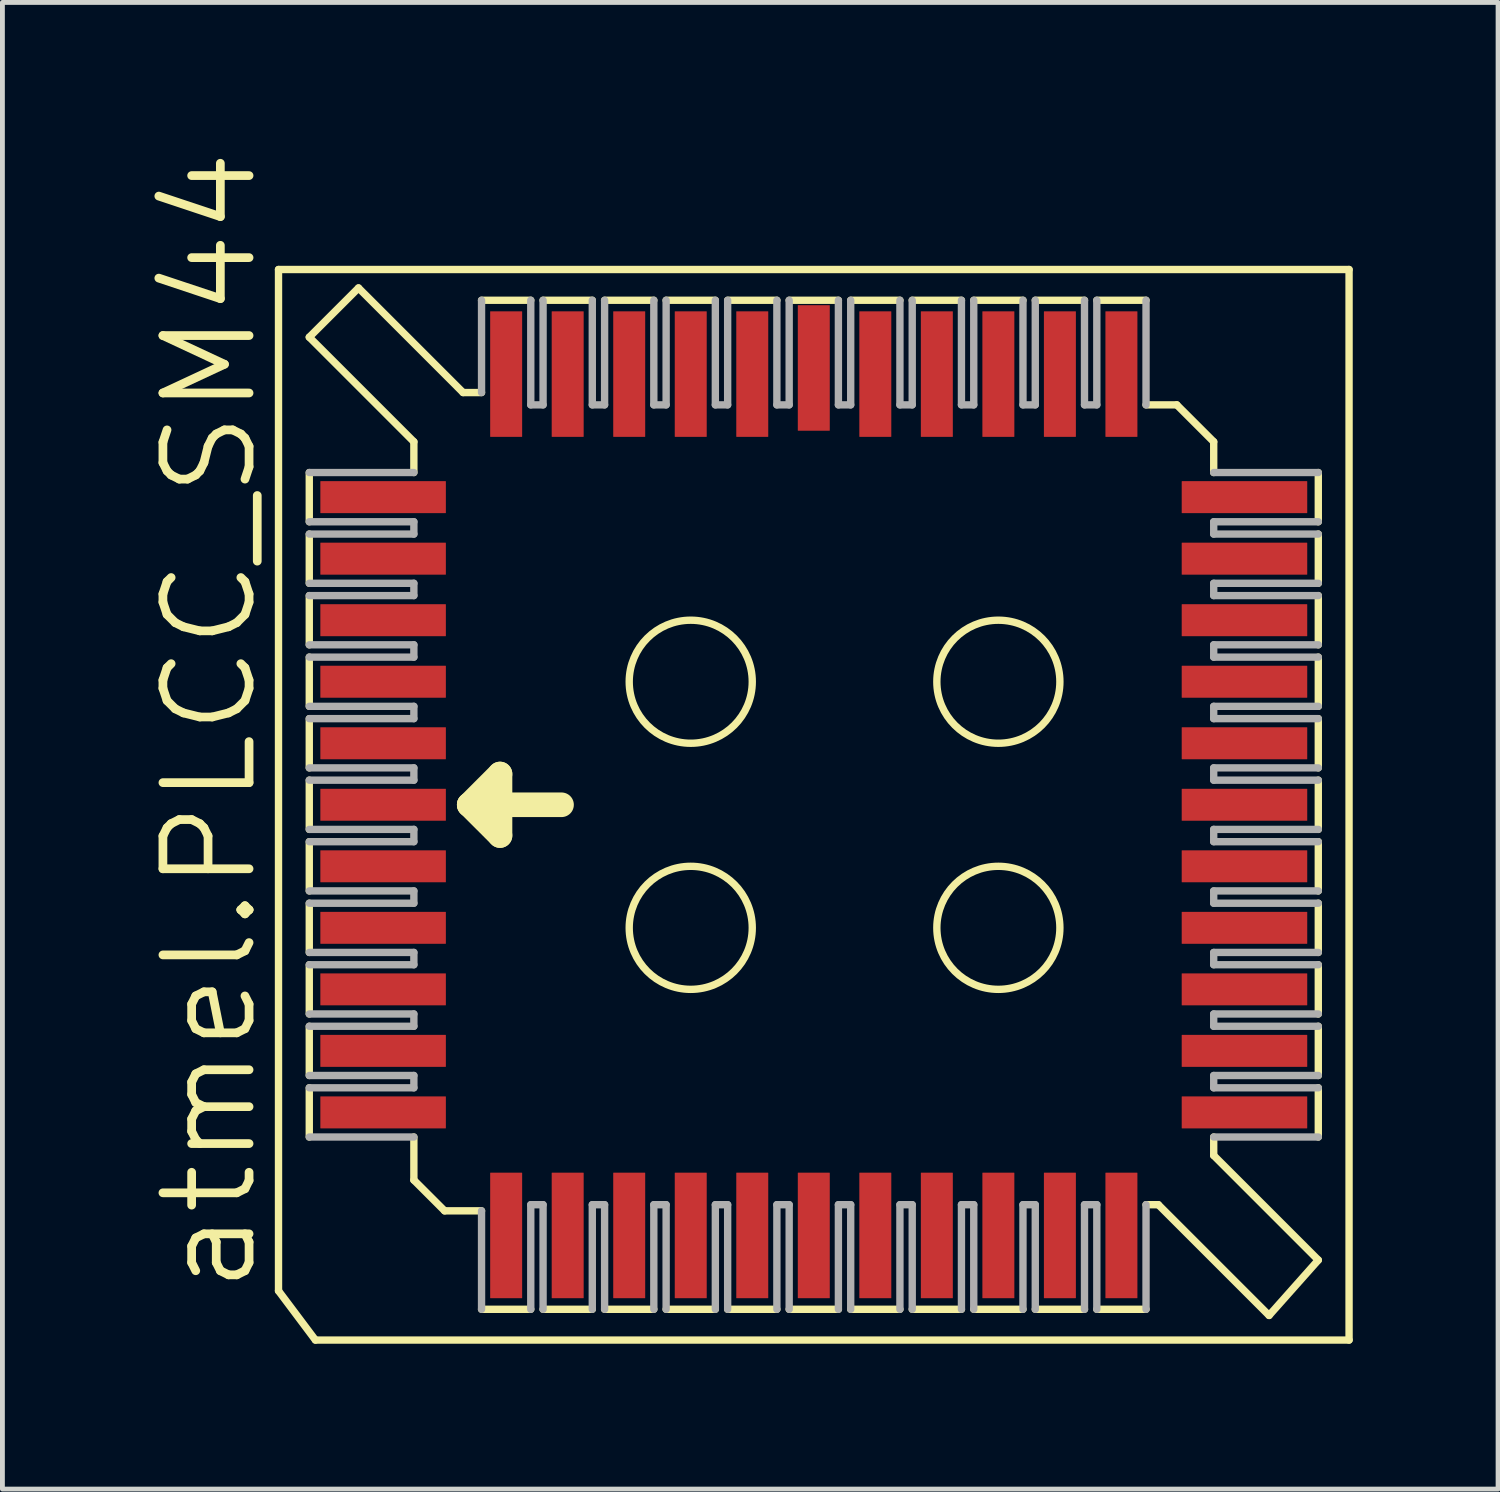
<source format=kicad_pcb>
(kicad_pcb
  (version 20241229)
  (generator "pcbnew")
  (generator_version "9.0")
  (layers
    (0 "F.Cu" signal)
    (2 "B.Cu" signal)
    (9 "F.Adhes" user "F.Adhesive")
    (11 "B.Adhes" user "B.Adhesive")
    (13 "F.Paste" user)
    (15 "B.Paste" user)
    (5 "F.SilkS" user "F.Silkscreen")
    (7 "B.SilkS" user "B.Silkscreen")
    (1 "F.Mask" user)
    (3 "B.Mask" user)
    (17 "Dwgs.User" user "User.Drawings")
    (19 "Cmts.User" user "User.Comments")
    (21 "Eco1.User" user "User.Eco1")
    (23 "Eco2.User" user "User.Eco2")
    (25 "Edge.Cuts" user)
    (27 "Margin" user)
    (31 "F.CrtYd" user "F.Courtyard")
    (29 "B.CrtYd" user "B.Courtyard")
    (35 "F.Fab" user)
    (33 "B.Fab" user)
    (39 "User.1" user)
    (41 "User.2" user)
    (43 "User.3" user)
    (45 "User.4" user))
  (footprint "atmel.PLCC_SM44"
    (layer "F.Cu")
    (at 13.748 13.562)
    (property "Reference" "atmel.PLCC_SM44" (at -11.43 10.16 90) (layer "F.SilkS") (effects (font (size 1.778 1.778) (thickness 0.18)) (justify left bottom)))
    (attr smd)
    (fp_line (start -11.049 -11.049) (end -11.049 10.033) (stroke (width 0.152) (type default)) (layer "F.SilkS"))
    (fp_line (start -11.049 10.033) (end -10.287 11.049) (stroke (width 0.152) (type default)) (layer "F.SilkS"))
    (fp_line (start -10.414 -9.652) (end -8.255 -7.493) (stroke (width 0.152) (type default)) (layer "F.SilkS"))
    (fp_line (start -10.414 -5.842) (end -10.414 -6.858) (stroke (width 0.152) (type default)) (layer "F.SilkS"))
    (fp_line (start -10.414 -4.572) (end -10.414 -5.588) (stroke (width 0.152) (type default)) (layer "F.SilkS"))
    (fp_line (start -10.414 -4.318) (end -10.414 -3.302) (stroke (width 0.152) (type default)) (layer "F.SilkS"))
    (fp_line (start -10.414 -3.048) (end -10.414 -2.032) (stroke (width 0.152) (type default)) (layer "F.SilkS"))
    (fp_line (start -10.414 -1.778) (end -10.414 -0.762) (stroke (width 0.152) (type default)) (layer "F.SilkS"))
    (fp_line (start -10.414 -0.508) (end -10.414 0.508) (stroke (width 0.152) (type default)) (layer "F.SilkS"))
    (fp_line (start -10.414 0.762) (end -10.414 1.778) (stroke (width 0.152) (type default)) (layer "F.SilkS"))
    (fp_line (start -10.414 2.032) (end -10.414 3.048) (stroke (width 0.152) (type default)) (layer "F.SilkS"))
    (fp_line (start -10.414 3.302) (end -10.414 4.318) (stroke (width 0.152) (type default)) (layer "F.SilkS"))
    (fp_line (start -10.414 4.572) (end -10.414 5.588) (stroke (width 0.152) (type default)) (layer "F.SilkS"))
    (fp_line (start -10.414 5.842) (end -10.414 6.858) (stroke (width 0.152) (type default)) (layer "F.SilkS"))
    (fp_line (start -10.287 11.049) (end 11.049 11.049) (stroke (width 0.152) (type default)) (layer "F.SilkS"))
    (fp_line (start -9.398 -10.668) (end -10.414 -9.652) (stroke (width 0.152) (type default)) (layer "F.SilkS"))
    (fp_line (start -9.398 -10.668) (end -7.239 -8.509) (stroke (width 0.152) (type default)) (layer "F.SilkS"))
    (fp_line (start -8.255 -6.858) (end -8.255 -7.493) (stroke (width 0.152) (type default)) (layer "F.SilkS"))
    (fp_line (start -8.255 6.858) (end -8.255 7.747) (stroke (width 0.152) (type default)) (layer "F.SilkS"))
    (fp_line (start -8.255 7.747) (end -7.62 8.382) (stroke (width 0.152) (type default)) (layer "F.SilkS"))
    (fp_line (start -7.239 -8.509) (end -6.858 -8.509) (stroke (width 0.152) (type default)) (layer "F.SilkS"))
    (fp_line (start -7.112 0) (end -6.477 -0.635) (stroke (width 0.508) (type default)) (layer "F.SilkS"))
    (fp_line (start -7.112 0) (end -5.207 0) (stroke (width 0.508) (type default)) (layer "F.SilkS"))
    (fp_line (start -6.858 -10.414) (end -5.842 -10.414) (stroke (width 0.152) (type default)) (layer "F.SilkS"))
    (fp_line (start -6.858 8.382) (end -7.62 8.382) (stroke (width 0.152) (type default)) (layer "F.SilkS"))
    (fp_line (start -6.477 -0.635) (end -6.477 0.635) (stroke (width 0.508) (type default)) (layer "F.SilkS"))
    (fp_line (start -6.477 0.635) (end -7.112 0) (stroke (width 0.508) (type default)) (layer "F.SilkS"))
    (fp_line (start -5.842 10.414) (end -6.858 10.414) (stroke (width 0.152) (type default)) (layer "F.SilkS"))
    (fp_line (start -5.588 -10.414) (end -4.572 -10.414) (stroke (width 0.152) (type default)) (layer "F.SilkS"))
    (fp_line (start -4.572 10.414) (end -5.588 10.414) (stroke (width 0.152) (type default)) (layer "F.SilkS"))
    (fp_line (start -4.318 -10.414) (end -3.302 -10.414) (stroke (width 0.152) (type default)) (layer "F.SilkS"))
    (fp_line (start -3.302 10.414) (end -4.318 10.414) (stroke (width 0.152) (type default)) (layer "F.SilkS"))
    (fp_line (start -3.048 -10.414) (end -2.032 -10.414) (stroke (width 0.152) (type default)) (layer "F.SilkS"))
    (fp_line (start -2.032 10.414) (end -3.048 10.414) (stroke (width 0.152) (type default)) (layer "F.SilkS"))
    (fp_line (start -1.778 -10.414) (end -0.762 -10.414) (stroke (width 0.152) (type default)) (layer "F.SilkS"))
    (fp_line (start -0.762 10.414) (end -1.778 10.414) (stroke (width 0.152) (type default)) (layer "F.SilkS"))
    (fp_line (start -0.508 -10.414) (end 0.508 -10.414) (stroke (width 0.152) (type default)) (layer "F.SilkS"))
    (fp_line (start 0.508 10.414) (end -0.508 10.414) (stroke (width 0.152) (type default)) (layer "F.SilkS"))
    (fp_line (start 0.762 -10.414) (end 1.778 -10.414) (stroke (width 0.152) (type default)) (layer "F.SilkS"))
    (fp_line (start 1.778 10.414) (end 0.762 10.414) (stroke (width 0.152) (type default)) (layer "F.SilkS"))
    (fp_line (start 2.032 -10.414) (end 3.048 -10.414) (stroke (width 0.152) (type default)) (layer "F.SilkS"))
    (fp_line (start 3.048 10.414) (end 2.032 10.414) (stroke (width 0.152) (type default)) (layer "F.SilkS"))
    (fp_line (start 3.302 -10.414) (end 4.318 -10.414) (stroke (width 0.152) (type default)) (layer "F.SilkS"))
    (fp_line (start 4.318 10.414) (end 3.302 10.414) (stroke (width 0.152) (type default)) (layer "F.SilkS"))
    (fp_line (start 4.572 -10.414) (end 5.588 -10.414) (stroke (width 0.152) (type default)) (layer "F.SilkS"))
    (fp_line (start 4.572 10.414) (end 5.588 10.414) (stroke (width 0.152) (type default)) (layer "F.SilkS"))
    (fp_line (start 5.842 -10.414) (end 6.858 -10.414) (stroke (width 0.152) (type default)) (layer "F.SilkS"))
    (fp_line (start 5.842 10.414) (end 6.858 10.414) (stroke (width 0.152) (type default)) (layer "F.SilkS"))
    (fp_line (start 6.858 -8.255) (end 7.493 -8.255) (stroke (width 0.152) (type default)) (layer "F.SilkS"))
    (fp_line (start 6.858 8.255) (end 7.112 8.255) (stroke (width 0.152) (type default)) (layer "F.SilkS"))
    (fp_line (start 7.493 -8.255) (end 8.255 -7.493) (stroke (width 0.152) (type default)) (layer "F.SilkS"))
    (fp_line (start 8.255 -6.858) (end 8.255 -7.493) (stroke (width 0.152) (type default)) (layer "F.SilkS"))
    (fp_line (start 8.255 6.858) (end 8.255 7.239) (stroke (width 0.152) (type default)) (layer "F.SilkS"))
    (fp_line (start 9.398 10.541) (end 7.112 8.255) (stroke (width 0.152) (type default)) (layer "F.SilkS"))
    (fp_line (start 10.414 -6.858) (end 10.414 -5.842) (stroke (width 0.152) (type default)) (layer "F.SilkS"))
    (fp_line (start 10.414 -5.588) (end 10.414 -4.572) (stroke (width 0.152) (type default)) (layer "F.SilkS"))
    (fp_line (start 10.414 -3.302) (end 10.414 -4.318) (stroke (width 0.152) (type default)) (layer "F.SilkS"))
    (fp_line (start 10.414 -2.032) (end 10.414 -3.048) (stroke (width 0.152) (type default)) (layer "F.SilkS"))
    (fp_line (start 10.414 -0.762) (end 10.414 -1.778) (stroke (width 0.152) (type default)) (layer "F.SilkS"))
    (fp_line (start 10.414 0.508) (end 10.414 -0.508) (stroke (width 0.152) (type default)) (layer "F.SilkS"))
    (fp_line (start 10.414 1.778) (end 10.414 0.762) (stroke (width 0.152) (type default)) (layer "F.SilkS"))
    (fp_line (start 10.414 3.048) (end 10.414 2.032) (stroke (width 0.152) (type default)) (layer "F.SilkS"))
    (fp_line (start 10.414 4.318) (end 10.414 3.302) (stroke (width 0.152) (type default)) (layer "F.SilkS"))
    (fp_line (start 10.414 4.572) (end 10.414 5.588) (stroke (width 0.152) (type default)) (layer "F.SilkS"))
    (fp_line (start 10.414 5.842) (end 10.414 6.858) (stroke (width 0.152) (type default)) (layer "F.SilkS"))
    (fp_line (start 10.414 9.398) (end 8.255 7.239) (stroke (width 0.152) (type default)) (layer "F.SilkS"))
    (fp_line (start 10.414 9.398) (end 9.398 10.541) (stroke (width 0.152) (type default)) (layer "F.SilkS"))
    (fp_line (start 11.049 -11.049) (end -11.049 -11.049) (stroke (width 0.152) (type default)) (layer "F.SilkS"))
    (fp_line (start 11.049 -11.049) (end 11.049 11.049) (stroke (width 0.152) (type default)) (layer "F.SilkS"))
    (fp_circle (center -2.54 -2.54) (end -1.27 -2.54) (stroke (width 0.152) (type default)) (fill no) (layer "F.SilkS"))
    (fp_circle (center -2.54 2.54) (end -1.27 2.54) (stroke (width 0.152) (type default)) (fill no) (layer "F.SilkS"))
    (fp_circle (center 3.81 -2.54) (end 5.08 -2.54) (stroke (width 0.152) (type default)) (fill no) (layer "F.SilkS"))
    (fp_circle (center 3.81 2.54) (end 5.08 2.54) (stroke (width 0.152) (type default)) (fill no) (layer "F.SilkS"))
    (fp_line (start -10.414 -6.858) (end -8.255 -6.858) (stroke (width 0.152) (type default)) (layer "F.Fab"))
    (fp_line (start -10.414 -5.842) (end -8.255 -5.842) (stroke (width 0.152) (type default)) (layer "F.Fab"))
    (fp_line (start -10.414 -5.588) (end -8.255 -5.588) (stroke (width 0.152) (type default)) (layer "F.Fab"))
    (fp_line (start -10.414 -4.572) (end -8.255 -4.572) (stroke (width 0.152) (type default)) (layer "F.Fab"))
    (fp_line (start -10.414 -4.318) (end -8.255 -4.318) (stroke (width 0.152) (type default)) (layer "F.Fab"))
    (fp_line (start -10.414 -3.048) (end -8.255 -3.048) (stroke (width 0.152) (type default)) (layer "F.Fab"))
    (fp_line (start -10.414 -1.778) (end -8.255 -1.778) (stroke (width 0.152) (type default)) (layer "F.Fab"))
    (fp_line (start -10.414 -0.508) (end -8.255 -0.508) (stroke (width 0.152) (type default)) (layer "F.Fab"))
    (fp_line (start -10.414 0.762) (end -8.255 0.762) (stroke (width 0.152) (type default)) (layer "F.Fab"))
    (fp_line (start -10.414 2.032) (end -8.255 2.032) (stroke (width 0.152) (type default)) (layer "F.Fab"))
    (fp_line (start -10.414 3.302) (end -8.255 3.302) (stroke (width 0.152) (type default)) (layer "F.Fab"))
    (fp_line (start -10.414 4.572) (end -8.255 4.572) (stroke (width 0.152) (type default)) (layer "F.Fab"))
    (fp_line (start -10.414 6.858) (end -8.255 6.858) (stroke (width 0.152) (type default)) (layer "F.Fab"))
    (fp_line (start -8.255 -5.588) (end -8.255 -5.842) (stroke (width 0.152) (type default)) (layer "F.Fab"))
    (fp_line (start -8.255 -4.318) (end -8.255 -4.572) (stroke (width 0.152) (type default)) (layer "F.Fab"))
    (fp_line (start -8.255 -3.302) (end -10.414 -3.302) (stroke (width 0.152) (type default)) (layer "F.Fab"))
    (fp_line (start -8.255 -3.302) (end -8.255 -3.048) (stroke (width 0.152) (type default)) (layer "F.Fab"))
    (fp_line (start -8.255 -2.032) (end -10.414 -2.032) (stroke (width 0.152) (type default)) (layer "F.Fab"))
    (fp_line (start -8.255 -2.032) (end -8.255 -1.778) (stroke (width 0.152) (type default)) (layer "F.Fab"))
    (fp_line (start -8.255 -0.762) (end -10.414 -0.762) (stroke (width 0.152) (type default)) (layer "F.Fab"))
    (fp_line (start -8.255 -0.762) (end -8.255 -0.508) (stroke (width 0.152) (type default)) (layer "F.Fab"))
    (fp_line (start -8.255 0.508) (end -10.414 0.508) (stroke (width 0.152) (type default)) (layer "F.Fab"))
    (fp_line (start -8.255 0.508) (end -8.255 0.762) (stroke (width 0.152) (type default)) (layer "F.Fab"))
    (fp_line (start -8.255 1.778) (end -10.414 1.778) (stroke (width 0.152) (type default)) (layer "F.Fab"))
    (fp_line (start -8.255 1.778) (end -8.255 2.032) (stroke (width 0.152) (type default)) (layer "F.Fab"))
    (fp_line (start -8.255 3.048) (end -10.414 3.048) (stroke (width 0.152) (type default)) (layer "F.Fab"))
    (fp_line (start -8.255 3.048) (end -8.255 3.302) (stroke (width 0.152) (type default)) (layer "F.Fab"))
    (fp_line (start -8.255 4.318) (end -10.414 4.318) (stroke (width 0.152) (type default)) (layer "F.Fab"))
    (fp_line (start -8.255 4.318) (end -8.255 4.572) (stroke (width 0.152) (type default)) (layer "F.Fab"))
    (fp_line (start -8.255 5.588) (end -10.414 5.588) (stroke (width 0.152) (type default)) (layer "F.Fab"))
    (fp_line (start -8.255 5.588) (end -8.255 5.842) (stroke (width 0.152) (type default)) (layer "F.Fab"))
    (fp_line (start -8.255 5.842) (end -10.414 5.842) (stroke (width 0.152) (type default)) (layer "F.Fab"))
    (fp_line (start -6.858 -8.509) (end -6.858 -10.414) (stroke (width 0.152) (type default)) (layer "F.Fab"))
    (fp_line (start -6.858 8.382) (end -6.858 10.414) (stroke (width 0.152) (type default)) (layer "F.Fab"))
    (fp_line (start -5.842 -8.255) (end -5.842 -10.414) (stroke (width 0.152) (type default)) (layer "F.Fab"))
    (fp_line (start -5.842 -8.255) (end -5.588 -8.255) (stroke (width 0.152) (type default)) (layer "F.Fab"))
    (fp_line (start -5.842 10.414) (end -5.842 8.255) (stroke (width 0.152) (type default)) (layer "F.Fab"))
    (fp_line (start -5.588 -10.414) (end -5.588 -8.255) (stroke (width 0.152) (type default)) (layer "F.Fab"))
    (fp_line (start -5.588 8.255) (end -5.842 8.255) (stroke (width 0.152) (type default)) (layer "F.Fab"))
    (fp_line (start -5.588 8.255) (end -5.588 10.414) (stroke (width 0.152) (type default)) (layer "F.Fab"))
    (fp_line (start -4.572 -8.255) (end -4.572 -10.414) (stroke (width 0.152) (type default)) (layer "F.Fab"))
    (fp_line (start -4.572 -8.255) (end -4.318 -8.255) (stroke (width 0.152) (type default)) (layer "F.Fab"))
    (fp_line (start -4.572 10.414) (end -4.572 8.255) (stroke (width 0.152) (type default)) (layer "F.Fab"))
    (fp_line (start -4.318 -10.414) (end -4.318 -8.255) (stroke (width 0.152) (type default)) (layer "F.Fab"))
    (fp_line (start -4.318 8.255) (end -4.572 8.255) (stroke (width 0.152) (type default)) (layer "F.Fab"))
    (fp_line (start -4.318 8.255) (end -4.318 10.414) (stroke (width 0.152) (type default)) (layer "F.Fab"))
    (fp_line (start -3.302 -8.255) (end -3.302 -10.414) (stroke (width 0.152) (type default)) (layer "F.Fab"))
    (fp_line (start -3.302 -8.255) (end -3.048 -8.255) (stroke (width 0.152) (type default)) (layer "F.Fab"))
    (fp_line (start -3.302 10.414) (end -3.302 8.255) (stroke (width 0.152) (type default)) (layer "F.Fab"))
    (fp_line (start -3.048 -10.414) (end -3.048 -8.255) (stroke (width 0.152) (type default)) (layer "F.Fab"))
    (fp_line (start -3.048 8.255) (end -3.302 8.255) (stroke (width 0.152) (type default)) (layer "F.Fab"))
    (fp_line (start -3.048 8.255) (end -3.048 10.414) (stroke (width 0.152) (type default)) (layer "F.Fab"))
    (fp_line (start -2.032 -8.255) (end -2.032 -10.414) (stroke (width 0.152) (type default)) (layer "F.Fab"))
    (fp_line (start -2.032 -8.255) (end -1.778 -8.255) (stroke (width 0.152) (type default)) (layer "F.Fab"))
    (fp_line (start -2.032 10.414) (end -2.032 8.255) (stroke (width 0.152) (type default)) (layer "F.Fab"))
    (fp_line (start -1.778 -10.414) (end -1.778 -8.255) (stroke (width 0.152) (type default)) (layer "F.Fab"))
    (fp_line (start -1.778 8.255) (end -2.032 8.255) (stroke (width 0.152) (type default)) (layer "F.Fab"))
    (fp_line (start -1.778 8.255) (end -1.778 10.414) (stroke (width 0.152) (type default)) (layer "F.Fab"))
    (fp_line (start -0.762 -8.255) (end -0.762 -10.414) (stroke (width 0.152) (type default)) (layer "F.Fab"))
    (fp_line (start -0.762 -8.255) (end -0.508 -8.255) (stroke (width 0.152) (type default)) (layer "F.Fab"))
    (fp_line (start -0.762 10.414) (end -0.762 8.255) (stroke (width 0.152) (type default)) (layer "F.Fab"))
    (fp_line (start -0.508 -10.414) (end -0.508 -8.255) (stroke (width 0.152) (type default)) (layer "F.Fab"))
    (fp_line (start -0.508 8.255) (end -0.762 8.255) (stroke (width 0.152) (type default)) (layer "F.Fab"))
    (fp_line (start -0.508 8.255) (end -0.508 10.414) (stroke (width 0.152) (type default)) (layer "F.Fab"))
    (fp_line (start 0.508 -8.255) (end 0.508 -10.414) (stroke (width 0.152) (type default)) (layer "F.Fab"))
    (fp_line (start 0.508 -8.255) (end 0.762 -8.255) (stroke (width 0.152) (type default)) (layer "F.Fab"))
    (fp_line (start 0.508 10.414) (end 0.508 8.255) (stroke (width 0.152) (type default)) (layer "F.Fab"))
    (fp_line (start 0.762 -10.414) (end 0.762 -8.255) (stroke (width 0.152) (type default)) (layer "F.Fab"))
    (fp_line (start 0.762 8.255) (end 0.508 8.255) (stroke (width 0.152) (type default)) (layer "F.Fab"))
    (fp_line (start 0.762 8.255) (end 0.762 10.414) (stroke (width 0.152) (type default)) (layer "F.Fab"))
    (fp_line (start 1.778 -8.255) (end 1.778 -10.414) (stroke (width 0.152) (type default)) (layer "F.Fab"))
    (fp_line (start 1.778 -8.255) (end 2.032 -8.255) (stroke (width 0.152) (type default)) (layer "F.Fab"))
    (fp_line (start 1.778 10.414) (end 1.778 8.255) (stroke (width 0.152) (type default)) (layer "F.Fab"))
    (fp_line (start 2.032 -10.414) (end 2.032 -8.255) (stroke (width 0.152) (type default)) (layer "F.Fab"))
    (fp_line (start 2.032 8.255) (end 1.778 8.255) (stroke (width 0.152) (type default)) (layer "F.Fab"))
    (fp_line (start 2.032 10.414) (end 2.032 8.255) (stroke (width 0.152) (type default)) (layer "F.Fab"))
    (fp_line (start 3.048 -8.255) (end 3.048 -10.414) (stroke (width 0.152) (type default)) (layer "F.Fab"))
    (fp_line (start 3.048 -8.255) (end 3.302 -8.255) (stroke (width 0.152) (type default)) (layer "F.Fab"))
    (fp_line (start 3.048 10.414) (end 3.048 8.255) (stroke (width 0.152) (type default)) (layer "F.Fab"))
    (fp_line (start 3.302 -10.414) (end 3.302 -8.255) (stroke (width 0.152) (type default)) (layer "F.Fab"))
    (fp_line (start 3.302 8.255) (end 3.048 8.255) (stroke (width 0.152) (type default)) (layer "F.Fab"))
    (fp_line (start 3.302 8.255) (end 3.302 10.414) (stroke (width 0.152) (type default)) (layer "F.Fab"))
    (fp_line (start 4.318 -8.255) (end 4.318 -10.414) (stroke (width 0.152) (type default)) (layer "F.Fab"))
    (fp_line (start 4.318 -8.255) (end 4.572 -8.255) (stroke (width 0.152) (type default)) (layer "F.Fab"))
    (fp_line (start 4.318 8.255) (end 4.572 8.255) (stroke (width 0.152) (type default)) (layer "F.Fab"))
    (fp_line (start 4.318 10.414) (end 4.318 8.255) (stroke (width 0.152) (type default)) (layer "F.Fab"))
    (fp_line (start 4.572 -10.414) (end 4.572 -8.255) (stroke (width 0.152) (type default)) (layer "F.Fab"))
    (fp_line (start 4.572 10.414) (end 4.572 8.255) (stroke (width 0.152) (type default)) (layer "F.Fab"))
    (fp_line (start 5.588 -8.255) (end 5.588 -10.414) (stroke (width 0.152) (type default)) (layer "F.Fab"))
    (fp_line (start 5.588 -8.255) (end 5.842 -8.255) (stroke (width 0.152) (type default)) (layer "F.Fab"))
    (fp_line (start 5.588 8.255) (end 5.842 8.255) (stroke (width 0.152) (type default)) (layer "F.Fab"))
    (fp_line (start 5.588 10.414) (end 5.588 8.255) (stroke (width 0.152) (type default)) (layer "F.Fab"))
    (fp_line (start 5.842 -8.255) (end 5.842 -10.414) (stroke (width 0.152) (type default)) (layer "F.Fab"))
    (fp_line (start 5.842 10.414) (end 5.842 8.255) (stroke (width 0.152) (type default)) (layer "F.Fab"))
    (fp_line (start 6.858 -8.255) (end 6.858 -10.414) (stroke (width 0.152) (type default)) (layer "F.Fab"))
    (fp_line (start 6.858 10.414) (end 6.858 8.255) (stroke (width 0.152) (type default)) (layer "F.Fab"))
    (fp_line (start 8.255 -5.842) (end 8.255 -5.588) (stroke (width 0.152) (type default)) (layer "F.Fab"))
    (fp_line (start 8.255 -5.842) (end 10.414 -5.842) (stroke (width 0.152) (type default)) (layer "F.Fab"))
    (fp_line (start 8.255 -4.572) (end 10.414 -4.572) (stroke (width 0.152) (type default)) (layer "F.Fab"))
    (fp_line (start 8.255 -4.318) (end 8.255 -4.572) (stroke (width 0.152) (type default)) (layer "F.Fab"))
    (fp_line (start 8.255 -4.318) (end 10.414 -4.318) (stroke (width 0.152) (type default)) (layer "F.Fab"))
    (fp_line (start 8.255 -3.048) (end 8.255 -3.302) (stroke (width 0.152) (type default)) (layer "F.Fab"))
    (fp_line (start 8.255 -3.048) (end 10.414 -3.048) (stroke (width 0.152) (type default)) (layer "F.Fab"))
    (fp_line (start 8.255 -1.778) (end 8.255 -2.032) (stroke (width 0.152) (type default)) (layer "F.Fab"))
    (fp_line (start 8.255 -1.778) (end 10.414 -1.778) (stroke (width 0.152) (type default)) (layer "F.Fab"))
    (fp_line (start 8.255 -0.508) (end 8.255 -0.762) (stroke (width 0.152) (type default)) (layer "F.Fab"))
    (fp_line (start 8.255 -0.508) (end 10.414 -0.508) (stroke (width 0.152) (type default)) (layer "F.Fab"))
    (fp_line (start 8.255 0.762) (end 8.255 0.508) (stroke (width 0.152) (type default)) (layer "F.Fab"))
    (fp_line (start 8.255 0.762) (end 10.414 0.762) (stroke (width 0.152) (type default)) (layer "F.Fab"))
    (fp_line (start 8.255 2.032) (end 8.255 1.778) (stroke (width 0.152) (type default)) (layer "F.Fab"))
    (fp_line (start 8.255 2.032) (end 10.414 2.032) (stroke (width 0.152) (type default)) (layer "F.Fab"))
    (fp_line (start 8.255 3.302) (end 8.255 3.048) (stroke (width 0.152) (type default)) (layer "F.Fab"))
    (fp_line (start 8.255 3.302) (end 10.414 3.302) (stroke (width 0.152) (type default)) (layer "F.Fab"))
    (fp_line (start 8.255 4.318) (end 8.255 4.572) (stroke (width 0.152) (type default)) (layer "F.Fab"))
    (fp_line (start 8.255 5.588) (end 8.255 5.842) (stroke (width 0.152) (type default)) (layer "F.Fab"))
    (fp_line (start 8.255 5.588) (end 10.414 5.588) (stroke (width 0.152) (type default)) (layer "F.Fab"))
    (fp_line (start 8.255 5.842) (end 10.414 5.842) (stroke (width 0.152) (type default)) (layer "F.Fab"))
    (fp_line (start 10.414 -6.858) (end 8.255 -6.858) (stroke (width 0.152) (type default)) (layer "F.Fab"))
    (fp_line (start 10.414 -5.588) (end 8.255 -5.588) (stroke (width 0.152) (type default)) (layer "F.Fab"))
    (fp_line (start 10.414 -3.302) (end 8.255 -3.302) (stroke (width 0.152) (type default)) (layer "F.Fab"))
    (fp_line (start 10.414 -2.032) (end 8.255 -2.032) (stroke (width 0.152) (type default)) (layer "F.Fab"))
    (fp_line (start 10.414 -0.762) (end 8.255 -0.762) (stroke (width 0.152) (type default)) (layer "F.Fab"))
    (fp_line (start 10.414 0.508) (end 8.255 0.508) (stroke (width 0.152) (type default)) (layer "F.Fab"))
    (fp_line (start 10.414 1.778) (end 8.255 1.778) (stroke (width 0.152) (type default)) (layer "F.Fab"))
    (fp_line (start 10.414 3.048) (end 8.255 3.048) (stroke (width 0.152) (type default)) (layer "F.Fab"))
    (fp_line (start 10.414 4.318) (end 8.255 4.318) (stroke (width 0.152) (type default)) (layer "F.Fab"))
    (fp_line (start 10.414 4.572) (end 8.255 4.572) (stroke (width 0.152) (type default)) (layer "F.Fab"))
    (fp_line (start 10.414 6.858) (end 8.255 6.858) (stroke (width 0.152) (type default)) (layer "F.Fab"))
    (pad "1" smd roundrect (at -8.89 0) (size 2.591 0.66) (layers "F.Cu" "F.Mask" "F.Paste") (roundrect_rratio 0.01))
    (pad "2" smd roundrect (at -8.89 1.27) (size 2.591 0.66) (layers "F.Cu" "F.Mask" "F.Paste") (roundrect_rratio 0.01))
    (pad "3" smd roundrect (at -8.89 2.54) (size 2.591 0.66) (layers "F.Cu" "F.Mask" "F.Paste") (roundrect_rratio 0.01))
    (pad "4" smd roundrect (at -8.89 3.81) (size 2.591 0.66) (layers "F.Cu" "F.Mask" "F.Paste") (roundrect_rratio 0.01))
    (pad "5" smd roundrect (at -8.89 5.08) (size 2.591 0.66) (layers "F.Cu" "F.Mask" "F.Paste") (roundrect_rratio 0.01))
    (pad "6" smd roundrect (at -8.89 6.35) (size 2.591 0.66) (layers "F.Cu" "F.Mask" "F.Paste") (roundrect_rratio 0.01))
    (pad "7" smd roundrect (at -6.35 8.89) (size 0.66 2.591) (layers "F.Cu" "F.Mask" "F.Paste") (roundrect_rratio 0.01))
    (pad "8" smd roundrect (at -5.08 8.89) (size 0.66 2.591) (layers "F.Cu" "F.Mask" "F.Paste") (roundrect_rratio 0.01))
    (pad "9" smd roundrect (at -3.81 8.89) (size 0.66 2.591) (layers "F.Cu" "F.Mask" "F.Paste") (roundrect_rratio 0.01))
    (pad "10" smd roundrect (at -2.54 8.89) (size 0.66 2.591) (layers "F.Cu" "F.Mask" "F.Paste") (roundrect_rratio 0.01))
    (pad "11" smd roundrect (at -1.27 8.89) (size 0.66 2.591) (layers "F.Cu" "F.Mask" "F.Paste") (roundrect_rratio 0.01))
    (pad "12" smd roundrect (at 0 8.89) (size 0.66 2.591) (layers "F.Cu" "F.Mask" "F.Paste") (roundrect_rratio 0.01))
    (pad "13" smd roundrect (at 1.27 8.89) (size 0.66 2.591) (layers "F.Cu" "F.Mask" "F.Paste") (roundrect_rratio 0.01))
    (pad "14" smd roundrect (at 2.54 8.89) (size 0.66 2.591) (layers "F.Cu" "F.Mask" "F.Paste") (roundrect_rratio 0.01))
    (pad "15" smd roundrect (at 3.81 8.89) (size 0.66 2.591) (layers "F.Cu" "F.Mask" "F.Paste") (roundrect_rratio 0.01))
    (pad "16" smd roundrect (at 5.08 8.89) (size 0.66 2.591) (layers "F.Cu" "F.Mask" "F.Paste") (roundrect_rratio 0.01))
    (pad "17" smd roundrect (at 6.35 8.89) (size 0.66 2.591) (layers "F.Cu" "F.Mask" "F.Paste") (roundrect_rratio 0.01))
    (pad "18" smd roundrect (at 8.89 6.35) (size 2.591 0.66) (layers "F.Cu" "F.Mask" "F.Paste") (roundrect_rratio 0.01))
    (pad "19" smd roundrect (at 8.89 5.08) (size 2.591 0.66) (layers "F.Cu" "F.Mask" "F.Paste") (roundrect_rratio 0.01))
    (pad "20" smd roundrect (at 8.89 3.81) (size 2.591 0.66) (layers "F.Cu" "F.Mask" "F.Paste") (roundrect_rratio 0.01))
    (pad "21" smd roundrect (at 8.89 2.54) (size 2.591 0.66) (layers "F.Cu" "F.Mask" "F.Paste") (roundrect_rratio 0.01))
    (pad "22" smd roundrect (at 8.89 1.27) (size 2.591 0.66) (layers "F.Cu" "F.Mask" "F.Paste") (roundrect_rratio 0.01))
    (pad "23" smd roundrect (at 8.89 0) (size 2.591 0.66) (layers "F.Cu" "F.Mask" "F.Paste") (roundrect_rratio 0.01))
    (pad "24" smd roundrect (at 8.89 -1.27) (size 2.591 0.66) (layers "F.Cu" "F.Mask" "F.Paste") (roundrect_rratio 0.01))
    (pad "25" smd roundrect (at 8.89 -2.54) (size 2.591 0.66) (layers "F.Cu" "F.Mask" "F.Paste") (roundrect_rratio 0.01))
    (pad "26" smd roundrect (at 8.89 -3.81) (size 2.591 0.66) (layers "F.Cu" "F.Mask" "F.Paste") (roundrect_rratio 0.01))
    (pad "27" smd roundrect (at 8.89 -5.08) (size 2.591 0.66) (layers "F.Cu" "F.Mask" "F.Paste") (roundrect_rratio 0.01))
    (pad "28" smd roundrect (at 8.89 -6.35) (size 2.591 0.66) (layers "F.Cu" "F.Mask" "F.Paste") (roundrect_rratio 0.01))
    (pad "29" smd roundrect (at 6.35 -8.89) (size 0.66 2.591) (layers "F.Cu" "F.Mask" "F.Paste") (roundrect_rratio 0.01))
    (pad "30" smd roundrect (at 5.08 -8.89) (size 0.66 2.591) (layers "F.Cu" "F.Mask" "F.Paste") (roundrect_rratio 0.01))
    (pad "31" smd roundrect (at 3.81 -8.89) (size 0.66 2.591) (layers "F.Cu" "F.Mask" "F.Paste") (roundrect_rratio 0.01))
    (pad "32" smd roundrect (at 2.54 -8.89) (size 0.66 2.591) (layers "F.Cu" "F.Mask" "F.Paste") (roundrect_rratio 0.01))
    (pad "33" smd roundrect (at 1.27 -8.89) (size 0.66 2.591) (layers "F.Cu" "F.Mask" "F.Paste") (roundrect_rratio 0.01))
    (pad "34" smd roundrect (at 0 -9.017) (size 0.66 2.591) (layers "F.Cu" "F.Mask" "F.Paste") (roundrect_rratio 0.01))
    (pad "35" smd roundrect (at -1.27 -8.89) (size 0.66 2.591) (layers "F.Cu" "F.Mask" "F.Paste") (roundrect_rratio 0.01))
    (pad "36" smd roundrect (at -2.54 -8.89) (size 0.66 2.591) (layers "F.Cu" "F.Mask" "F.Paste") (roundrect_rratio 0.01))
    (pad "37" smd roundrect (at -3.81 -8.89) (size 0.66 2.591) (layers "F.Cu" "F.Mask" "F.Paste") (roundrect_rratio 0.01))
    (pad "38" smd roundrect (at -5.08 -8.89) (size 0.66 2.591) (layers "F.Cu" "F.Mask" "F.Paste") (roundrect_rratio 0.01))
    (pad "39" smd roundrect (at -6.35 -8.89) (size 0.66 2.591) (layers "F.Cu" "F.Mask" "F.Paste") (roundrect_rratio 0.01))
    (pad "40" smd roundrect (at -8.89 -6.35) (size 2.591 0.66) (layers "F.Cu" "F.Mask" "F.Paste") (roundrect_rratio 0.01))
    (pad "41" smd roundrect (at -8.89 -5.08) (size 2.591 0.66) (layers "F.Cu" "F.Mask" "F.Paste") (roundrect_rratio 0.01))
    (pad "42" smd roundrect (at -8.89 -3.81) (size 2.591 0.66) (layers "F.Cu" "F.Mask" "F.Paste") (roundrect_rratio 0.01))
    (pad "43" smd roundrect (at -8.89 -2.54) (size 2.591 0.66) (layers "F.Cu" "F.Mask" "F.Paste") (roundrect_rratio 0.01))
    (pad "44" smd roundrect (at -8.89 -1.27) (size 2.591 0.66) (layers "F.Cu" "F.Mask" "F.Paste") (roundrect_rratio 0.01)))
  (gr_rect
    (start -3 -3)
    (end 27.873 27.687)
    (stroke (width 0.1) (type default))
    (fill no)
    (layer "Edge.Cuts")))
</source>
